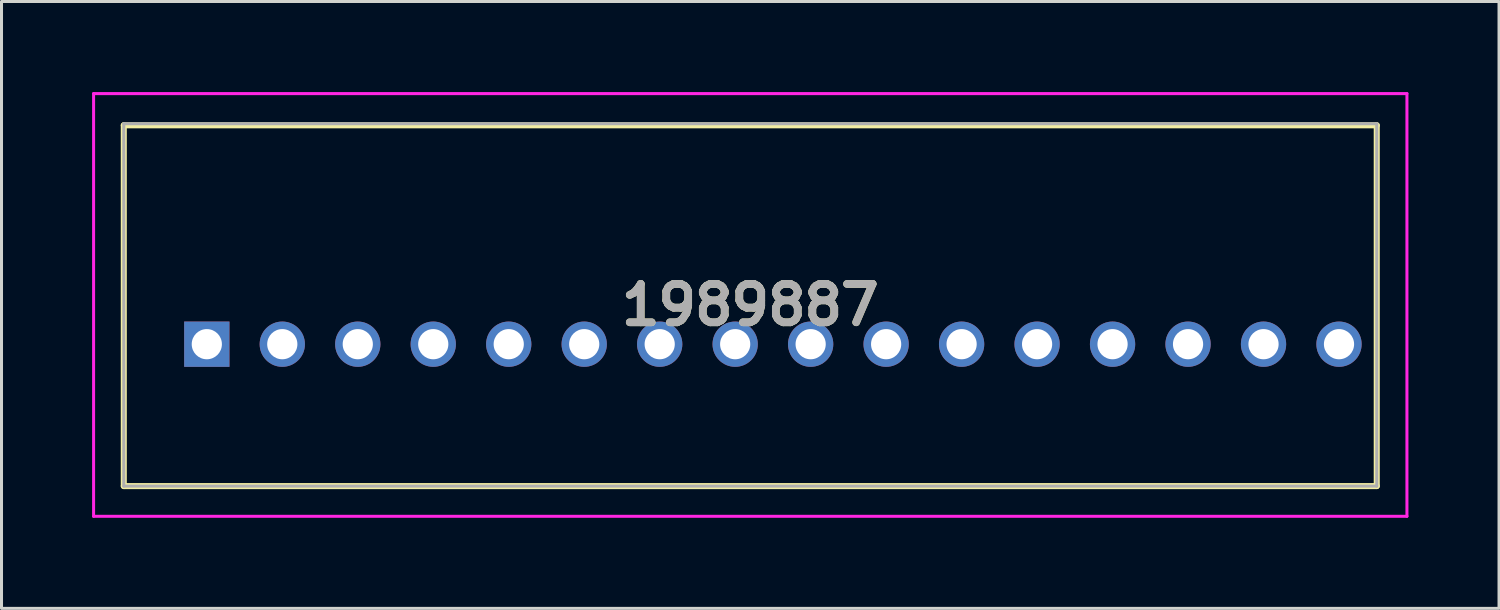
<source format=kicad_pcb>
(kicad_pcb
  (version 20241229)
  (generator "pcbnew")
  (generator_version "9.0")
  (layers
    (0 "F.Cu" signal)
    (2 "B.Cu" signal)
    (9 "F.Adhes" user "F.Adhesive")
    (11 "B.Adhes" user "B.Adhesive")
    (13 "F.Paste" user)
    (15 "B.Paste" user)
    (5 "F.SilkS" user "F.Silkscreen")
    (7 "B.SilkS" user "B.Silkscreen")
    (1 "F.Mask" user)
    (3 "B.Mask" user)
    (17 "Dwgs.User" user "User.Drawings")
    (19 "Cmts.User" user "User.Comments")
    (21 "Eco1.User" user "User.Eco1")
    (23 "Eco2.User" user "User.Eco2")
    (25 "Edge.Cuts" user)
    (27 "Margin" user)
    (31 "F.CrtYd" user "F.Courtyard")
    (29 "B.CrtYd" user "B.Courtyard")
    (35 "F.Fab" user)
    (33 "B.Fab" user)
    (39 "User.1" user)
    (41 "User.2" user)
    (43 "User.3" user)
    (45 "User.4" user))
  (footprint "1989887"
    (layer "F.Cu")
    (at 3.8 8.35)
    (property "Reference" "1989887" (at 18 -1.3 0) (layer "F.SilkS") (effects (font (size 1.27 1.27) (thickness 0.254))))
    (attr through_hole)
    (fp_line (start -2.75 -7.25) (end 38.75 -7.25) (stroke (width 0.2) (type solid)) (layer "F.SilkS"))
    (fp_line (start -2.75 4.7) (end -2.75 -7.25) (stroke (width 0.2) (type solid)) (layer "F.SilkS"))
    (fp_line (start 38.75 -7.25) (end 38.75 4.7) (stroke (width 0.2) (type solid)) (layer "F.SilkS"))
    (fp_line (start 38.75 4.7) (end -2.75 4.7) (stroke (width 0.2) (type solid)) (layer "F.SilkS"))
    (fp_line (start -3.75 -8.3) (end 39.75 -8.3) (stroke (width 0.1) (type solid)) (layer "F.CrtYd"))
    (fp_line (start -3.75 5.7) (end -3.75 -8.3) (stroke (width 0.1) (type solid)) (layer "F.CrtYd"))
    (fp_line (start 39.75 -8.3) (end 39.75 5.7) (stroke (width 0.1) (type solid)) (layer "F.CrtYd"))
    (fp_line (start 39.75 5.7) (end -3.75 5.7) (stroke (width 0.1) (type solid)) (layer "F.CrtYd"))
    (fp_line (start -2.75 -7.3) (end -2.75 4.7) (stroke (width 0.1) (type solid)) (layer "F.Fab"))
    (fp_line (start -2.75 4.7) (end 38.75 4.7) (stroke (width 0.1) (type solid)) (layer "F.Fab"))
    (fp_line (start 38.75 -7.3) (end -2.75 -7.3) (stroke (width 0.1) (type solid)) (layer "F.Fab"))
    (fp_line (start 38.75 4.7) (end 38.75 -7.3) (stroke (width 0.1) (type solid)) (layer "F.Fab"))
    (fp_text user "${REFERENCE}" (at 18 -1.3 0) (layer "F.Fab") (effects (font (size 1.27 1.27) (thickness 0.254))))
    (pad "1" thru_hole rect (at 0 0) (size 1.5 1.5) (drill 1) (layers "*.Cu" "*.Mask"))
    (pad "2" thru_hole circle (at 2.5 0) (size 1.5 1.5) (drill 1) (layers "*.Cu" "*.Mask"))
    (pad "3" thru_hole circle (at 5 0) (size 1.5 1.5) (drill 1) (layers "*.Cu" "*.Mask"))
    (pad "4" thru_hole circle (at 7.5 0) (size 1.5 1.5) (drill 1) (layers "*.Cu" "*.Mask"))
    (pad "5" thru_hole circle (at 10 0) (size 1.5 1.5) (drill 1) (layers "*.Cu" "*.Mask"))
    (pad "6" thru_hole circle (at 12.5 0) (size 1.5 1.5) (drill 1) (layers "*.Cu" "*.Mask"))
    (pad "7" thru_hole circle (at 15 0) (size 1.5 1.5) (drill 1) (layers "*.Cu" "*.Mask"))
    (pad "8" thru_hole circle (at 17.5 0) (size 1.5 1.5) (drill 1) (layers "*.Cu" "*.Mask"))
    (pad "9" thru_hole circle (at 20 0) (size 1.5 1.5) (drill 1) (layers "*.Cu" "*.Mask"))
    (pad "10" thru_hole circle (at 22.5 0) (size 1.5 1.5) (drill 1) (layers "*.Cu" "*.Mask"))
    (pad "11" thru_hole circle (at 25 0) (size 1.5 1.5) (drill 1) (layers "*.Cu" "*.Mask"))
    (pad "12" thru_hole circle (at 27.5 0) (size 1.5 1.5) (drill 1) (layers "*.Cu" "*.Mask"))
    (pad "13" thru_hole circle (at 30 0) (size 1.5 1.5) (drill 1) (layers "*.Cu" "*.Mask"))
    (pad "14" thru_hole circle (at 32.5 0) (size 1.5 1.5) (drill 1) (layers "*.Cu" "*.Mask"))
    (pad "15" thru_hole circle (at 35 0) (size 1.5 1.5) (drill 1) (layers "*.Cu" "*.Mask"))
    (pad "16" thru_hole circle (at 37.5 0) (size 1.5 1.5) (drill 1) (layers "*.Cu" "*.Mask")))
  (gr_rect
    (start -3 -3)
    (end 46.6 17.1)
    (stroke (width 0.1) (type default))
    (fill no)
    (layer "Edge.Cuts")))
</source>
